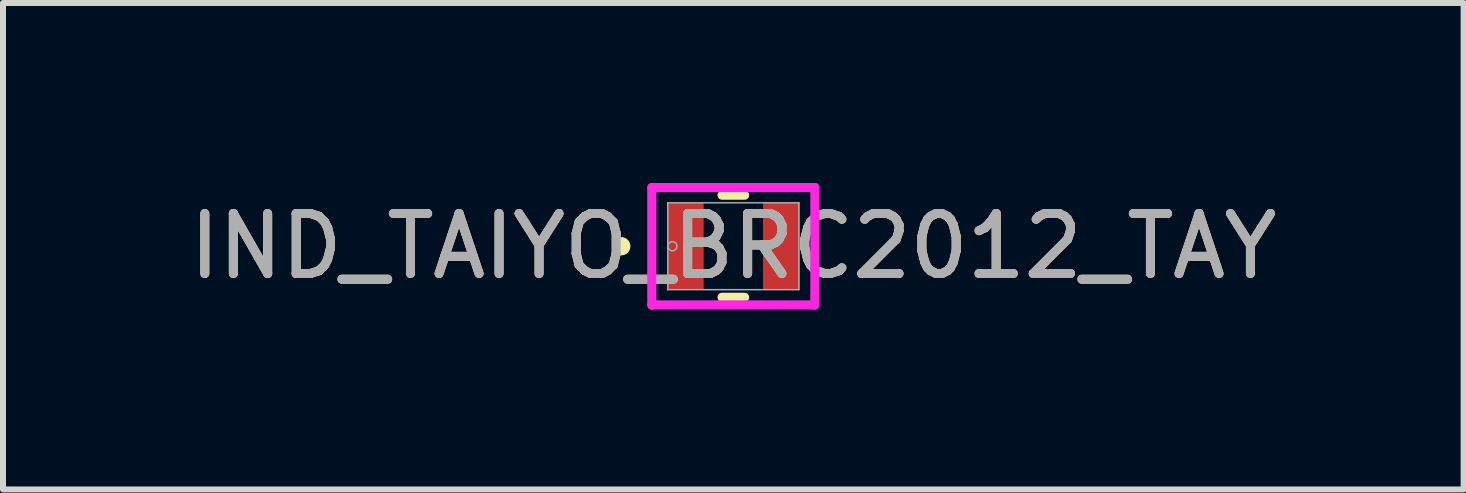
<source format=kicad_pcb>
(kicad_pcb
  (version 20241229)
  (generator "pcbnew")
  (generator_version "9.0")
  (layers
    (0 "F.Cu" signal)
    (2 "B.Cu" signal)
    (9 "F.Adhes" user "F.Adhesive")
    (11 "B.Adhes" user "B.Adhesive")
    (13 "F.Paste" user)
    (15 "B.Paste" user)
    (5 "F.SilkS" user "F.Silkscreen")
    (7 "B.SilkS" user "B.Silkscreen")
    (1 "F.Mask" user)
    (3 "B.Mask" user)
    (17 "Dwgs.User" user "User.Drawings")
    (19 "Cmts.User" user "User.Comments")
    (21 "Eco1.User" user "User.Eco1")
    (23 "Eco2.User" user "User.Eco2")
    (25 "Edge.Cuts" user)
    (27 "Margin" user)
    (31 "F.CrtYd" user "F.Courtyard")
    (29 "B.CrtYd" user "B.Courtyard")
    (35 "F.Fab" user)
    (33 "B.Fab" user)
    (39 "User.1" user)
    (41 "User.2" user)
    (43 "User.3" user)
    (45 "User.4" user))
  (footprint "IND_TAIYO_BRC2012_TAY"
    (layer "F.Cu")
    (at 9.173 1.054)
    (property "Reference" "IND_TAIYO_BRC2012_TAY" (at 0 0 0) (unlocked yes) (layer "F.SilkS") (effects (font (size 1 1) (thickness 0.15))))
    (attr smd)
    (fp_line (start -0.188 0.851) (end 0.188 0.851) (stroke (width 0.152) (type solid)) (layer "F.SilkS"))
    (fp_line (start 0.188 -0.851) (end -0.188 -0.851) (stroke (width 0.152) (type solid)) (layer "F.SilkS"))
    (fp_circle (center -1.867 0) (end -1.791 0) (stroke (width 0.152) (type solid)) (fill no) (layer "F.SilkS"))
    (fp_line (start -1.359 -0.978) (end -1.346 -0.978) (stroke (width 0.152) (type solid)) (layer "F.CrtYd"))
    (fp_line (start -1.359 0.978) (end -1.359 -0.978) (stroke (width 0.152) (type solid)) (layer "F.CrtYd"))
    (fp_line (start -1.346 -0.978) (end -1.346 -0.978) (stroke (width 0.152) (type solid)) (layer "F.CrtYd"))
    (fp_line (start -1.346 -0.978) (end 1.346 -0.978) (stroke (width 0.152) (type solid)) (layer "F.CrtYd"))
    (fp_line (start -1.346 0.978) (end -1.359 0.978) (stroke (width 0.152) (type solid)) (layer "F.CrtYd"))
    (fp_line (start -1.346 0.978) (end -1.346 0.978) (stroke (width 0.152) (type solid)) (layer "F.CrtYd"))
    (fp_line (start 1.346 -0.978) (end 1.346 -0.978) (stroke (width 0.152) (type solid)) (layer "F.CrtYd"))
    (fp_line (start 1.346 -0.978) (end 1.359 -0.978) (stroke (width 0.152) (type solid)) (layer "F.CrtYd"))
    (fp_line (start 1.346 0.978) (end -1.346 0.978) (stroke (width 0.152) (type solid)) (layer "F.CrtYd"))
    (fp_line (start 1.346 0.978) (end 1.346 0.978) (stroke (width 0.152) (type solid)) (layer "F.CrtYd"))
    (fp_line (start 1.359 -0.978) (end 1.359 0.978) (stroke (width 0.152) (type solid)) (layer "F.CrtYd"))
    (fp_line (start 1.359 0.978) (end 1.346 0.978) (stroke (width 0.152) (type solid)) (layer "F.CrtYd"))
    (fp_line (start -1.092 -0.724) (end -1.092 0.724) (stroke (width 0.025) (type solid)) (layer "F.Fab"))
    (fp_line (start -1.092 0.724) (end 1.092 0.724) (stroke (width 0.025) (type solid)) (layer "F.Fab"))
    (fp_line (start 1.092 -0.724) (end -1.092 -0.724) (stroke (width 0.025) (type solid)) (layer "F.Fab"))
    (fp_line (start 1.092 0.724) (end 1.092 -0.724) (stroke (width 0.025) (type solid)) (layer "F.Fab"))
    (fp_circle (center -1.016 0) (end -0.94 0) (stroke (width 0.025) (type solid)) (fill no) (layer "F.Fab"))
    (fp_text user "${REFERENCE}" (at 0 0 0) (unlocked yes) (layer "F.Fab") (effects (font (size 1 1) (thickness 0.15))))
    (pad "1" smd rect (at -0.8 0) (size 0.61 1.448) (layers "F.Cu" "F.Mask" "F.Paste"))
    (pad "2" smd rect (at 0.8 0) (size 0.61 1.448) (layers "F.Cu" "F.Mask" "F.Paste"))
    (zone (net_name "") (layer "F.Cu") (hatch full 0.508) (connect_pads) (min_thickness 0.254) (filled_areas_thickness no) (keepout (tracks not_allowed) (vias not_allowed) (pads allowed) (copperpour not_allowed) (footprints allowed)) (placement (enabled no)) (fill) (polygon (pts (xy 8.728 0.381) (xy 9.617 0.381) (xy 9.617 1.727) (xy 8.728 1.727)))))
  (gr_rect
    (start -3 -3)
    (end 21.345 5.108)
    (stroke (width 0.1) (type default))
    (fill no)
    (layer "Edge.Cuts")))
</source>
